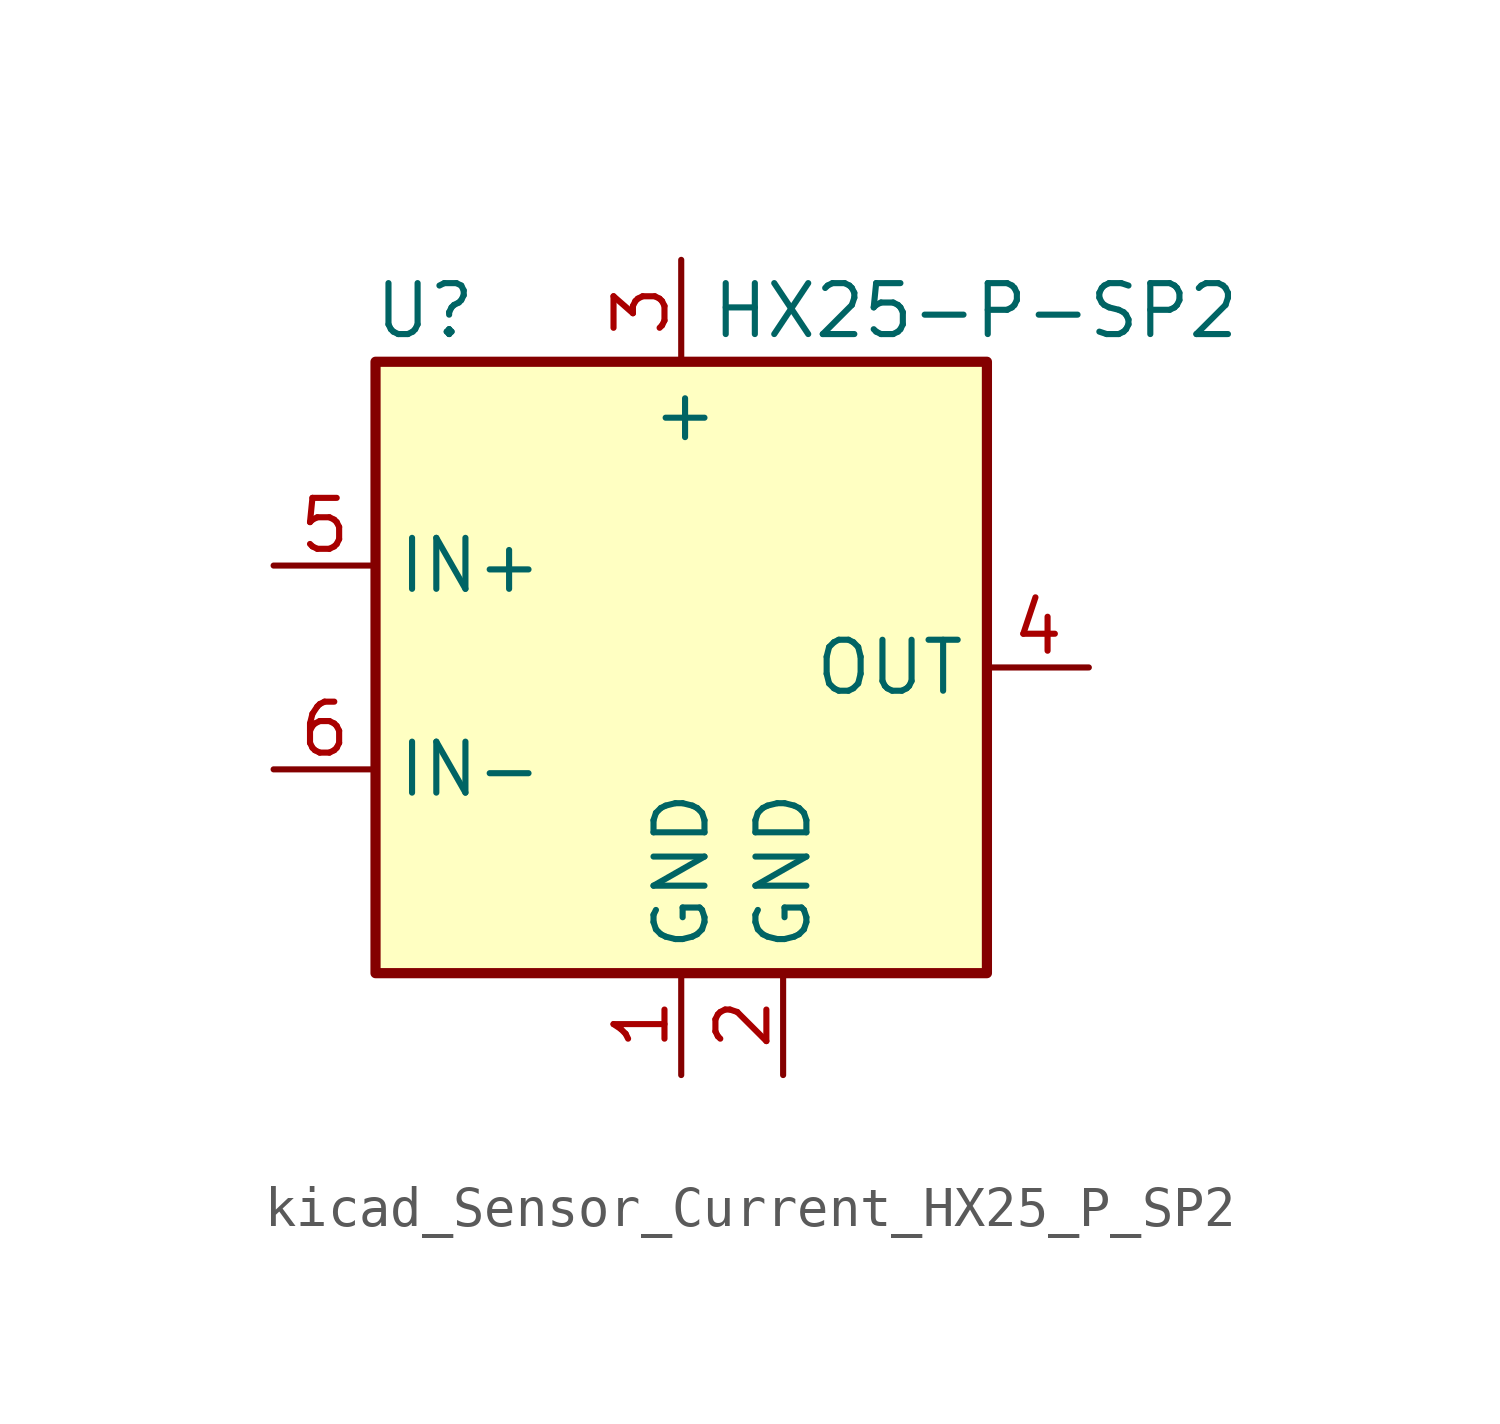
<source format=kicad_sym>
(kicad_symbol_lib
  (version 20220914)
  (generator kicad_symbol_editor)
  (symbol "kicad_Sensor_Current_HX25_P_SP2"
    (property "Reference" "U"
      (at -5.08 8.89 0)
      (effects (font (size 1.27 1.27)) (justify right)))
    (property "Value" "HX25-P-SP2"
      (at 13.97 8.89 0)
      (effects (font (size 1.27 1.27)) (justify right)))
    (symbol "kicad_Sensor_Current_HX25_P_SP2_0_1"
      (rectangle (start -7.62 7.62) (end 7.62 -7.62) (stroke (width 0.254) (type default)) (fill (type background))))
    (symbol "kicad_Sensor_Current_HX25_P_SP2_1_1"
      (pin power_in line (at 0 -10.16 90) (length 2.54) (name "GND" (effects (font (size 1.27 1.27)))) (number "1" (effects (font (size 1.27 1.27)))))
      (pin power_in line (at 2.54 -10.16 90) (length 2.54) (name "GND" (effects (font (size 1.27 1.27)))) (number "2" (effects (font (size 1.27 1.27)))))
      (pin power_in line (at 0 10.16 270) (length 2.54) (name "+" (effects (font (size 1.27 1.27)))) (number "3" (effects (font (size 1.27 1.27)))))
      (pin output line (at 10.16 0 180) (length 2.54) (name "OUT" (effects (font (size 1.27 1.27)))) (number "4" (effects (font (size 1.27 1.27)))))
      (pin passive line (at -10.16 2.54 0) (length 2.54) (name "IN+" (effects (font (size 1.27 1.27)))) (number "5" (effects (font (size 1.27 1.27)))))
      (pin passive line (at -10.16 -2.54 0) (length 2.54) (name "IN-" (effects (font (size 1.27 1.27)))) (number "6" (effects (font (size 1.27 1.27))))))))
</source>
